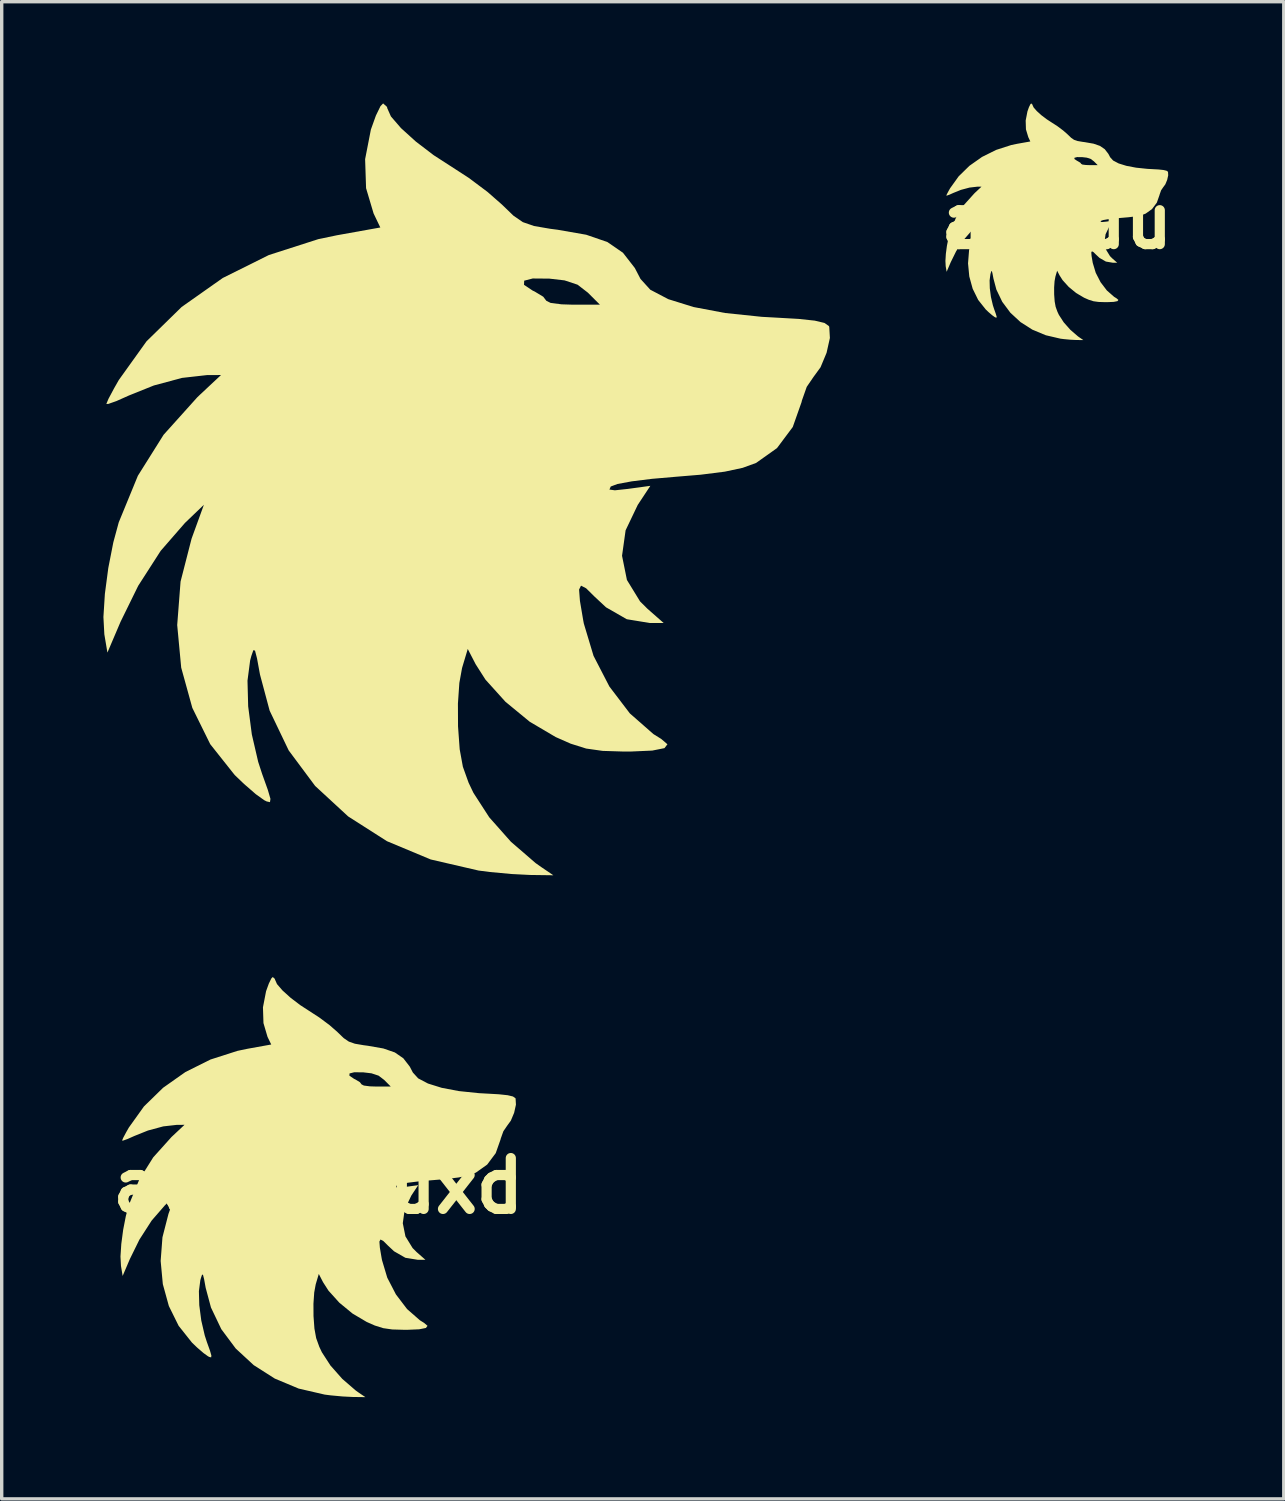
<source format=kicad_pcb>
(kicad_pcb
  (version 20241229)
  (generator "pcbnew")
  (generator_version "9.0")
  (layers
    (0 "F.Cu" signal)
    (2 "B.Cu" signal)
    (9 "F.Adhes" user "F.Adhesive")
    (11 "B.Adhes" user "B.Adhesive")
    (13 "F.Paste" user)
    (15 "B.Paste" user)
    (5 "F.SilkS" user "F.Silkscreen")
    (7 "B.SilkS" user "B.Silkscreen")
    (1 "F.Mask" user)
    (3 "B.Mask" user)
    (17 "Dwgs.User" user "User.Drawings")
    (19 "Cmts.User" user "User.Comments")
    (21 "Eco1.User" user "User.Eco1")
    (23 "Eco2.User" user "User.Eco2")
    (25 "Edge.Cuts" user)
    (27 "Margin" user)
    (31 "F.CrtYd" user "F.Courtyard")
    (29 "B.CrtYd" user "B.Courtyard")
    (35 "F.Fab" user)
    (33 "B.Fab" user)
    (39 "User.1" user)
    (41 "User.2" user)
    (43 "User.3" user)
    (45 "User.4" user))
  (footprint "55x55"
    (layer "F.Cu")
    (at 10.715 11.32)
    (property "Reference" "55x55" (at 0 0 0) (layer "F.SilkS") (effects (font (size 1.5 1.5) (thickness 0.3))))
    (attr board_only exclude_from_pos_files exclude_from_bom)
    (fp_poly (pts (xy -2.349 -11.215) (xy -2.347 -11.186) (xy -2.236 -10.936) (xy -1.938 -10.591) (xy -1.501 -10.195) (xy -0.976 -9.794) (xy -0.499 -9.486) (xy 0.061 -9.123) (xy 0.61 -8.712) (xy 1.036 -8.339) (xy 1.06 -8.316) (xy 1.378 -8.009) (xy 1.654 -7.819) (xy 1.983 -7.705) (xy 2.46 -7.623) (xy 2.682 -7.594) (xy 3.524 -7.447) (xy 4.148 -7.232) (xy 4.607 -6.916) (xy 4.957 -6.466) (xy 5.125 -6.143) (xy 5.413 -5.826) (xy 5.944 -5.547) (xy 6.69 -5.315) (xy 7.62 -5.139) (xy 8.704 -5.026) (xy 9.068 -5.006) (xy 9.784 -4.965) (xy 10.263 -4.914) (xy 10.549 -4.846) (xy 10.679 -4.755) (xy 10.691 -4.731) (xy 10.71 -4.402) (xy 10.612 -3.965) (xy 10.434 -3.538) (xy 10.229 -3.257) (xy 10.027 -2.961) (xy 9.884 -2.556) (xy 9.874 -2.51) (xy 9.615 -1.777) (xy 9.15 -1.155) (xy 8.535 -0.718) (xy 8.533 -0.717) (xy 8.138 -0.573) (xy 7.61 -0.46) (xy 6.898 -0.37) (xy 6.174 -0.31) (xy 5.459 -0.248) (xy 4.865 -0.174) (xy 4.444 -0.096) (xy 4.247 -0.022) (xy 4.208 0.068) (xy 4.369 0.09) (xy 4.749 0.049) (xy 5.415 -0.042) (xy 5.043 0.521) (xy 4.685 1.27) (xy 4.58 2.021) (xy 4.724 2.734) (xy 5.112 3.367) (xy 5.328 3.582) (xy 5.807 4.003) (xy 5.397 4.003) (xy 4.72 3.892) (xy 4.108 3.541) (xy 3.773 3.229) (xy 3.521 2.98) (xy 3.37 2.902) (xy 3.313 3.017) (xy 3.338 3.349) (xy 3.435 3.924) (xy 3.453 4.019) (xy 3.739 4.971) (xy 4.207 5.877) (xy 4.811 6.67) (xy 5.505 7.279) (xy 5.735 7.422) (xy 5.919 7.58) (xy 5.831 7.694) (xy 5.47 7.766) (xy 4.836 7.794) (xy 4.647 7.795) (xy 4.008 7.775) (xy 3.522 7.706) (xy 3.065 7.562) (xy 2.623 7.367) (xy 1.857 6.915) (xy 1.14 6.325) (xy 0.552 5.673) (xy 0.262 5.218) (xy 0.03 4.769) (xy -0.138 5.33) (xy -0.218 5.771) (xy -0.26 6.379) (xy -0.257 7.049) (xy -0.257 7.052) (xy -0.208 7.728) (xy -0.114 8.243) (xy 0.054 8.712) (xy 0.197 9.012) (xy 0.663 9.733) (xy 1.302 10.454) (xy 2.03 11.083) (xy 2.209 11.209) (xy 2.554 11.443) (xy 1.864 11.434) (xy 1.317 11.406) (xy 0.684 11.347) (xy 0.349 11.304) (xy -1.063 10.977) (xy -2.353 10.438) (xy -3.497 9.708) (xy -4.471 8.809) (xy -5.251 7.761) (xy -5.813 6.588) (xy -6.098 5.522) (xy -6.185 5.048) (xy -6.244 4.818) (xy -6.293 4.804) (xy -6.353 4.977) (xy -6.388 5.108) (xy -6.466 5.704) (xy -6.446 6.462) (xy -6.338 7.29) (xy -6.151 8.097) (xy -6.036 8.45) (xy -5.866 8.926) (xy -5.789 9.19) (xy -5.803 9.287) (xy -5.902 9.265) (xy -5.973 9.229) (xy -6.219 9.053) (xy -6.567 8.751) (xy -6.843 8.487) (xy -7.565 7.577) (xy -8.093 6.506) (xy -8.421 5.32) (xy -8.539 4.064) (xy -8.44 2.782) (xy -8.116 1.519) (xy -8.097 1.466) (xy -7.752 0.517) (xy -8.31 1.052) (xy -9.026 1.875) (xy -9.689 2.906) (xy -10.208 3.964) (xy -10.597 4.876) (xy -10.688 4.336) (xy -10.715 3.827) (xy -10.672 3.144) (xy -10.571 2.38) (xy -10.423 1.625) (xy -10.263 1.035) (xy -9.699 -0.339) (xy -8.94 -1.548) (xy -7.948 -2.652) (xy -7.872 -2.725) (xy -7.247 -3.31) (xy -7.661 -3.308) (xy -8.396 -3.225) (xy -9.227 -3.002) (xy -9.963 -2.706) (xy -10.331 -2.542) (xy -10.573 -2.457) (xy -10.629 -2.458) (xy -10.566 -2.608) (xy -10.402 -2.915) (xy -10.261 -3.163) (xy -9.443 -4.305) (xy -8.408 -5.317) (xy -7.482 -5.97) (xy 1.689 -5.97) (xy 1.944 -5.8) (xy 2.002 -5.773) (xy 2.255 -5.62) (xy 2.347 -5.5) (xy 2.472 -5.437) (xy 2.796 -5.395) (xy 3.137 -5.384) (xy 3.928 -5.384) (xy 3.57 -5.741) (xy 3.268 -5.974) (xy 2.885 -6.101) (xy 2.435 -6.153) (xy 1.946 -6.157) (xy 1.694 -6.092) (xy 1.689 -5.97) (xy -7.482 -5.97) (xy -7.193 -6.173) (xy -5.837 -6.848) (xy -4.378 -7.317) (xy -3.832 -7.431) (xy -2.549 -7.661) (xy -2.747 -8.074) (xy -2.969 -8.82) (xy -2.997 -9.676) (xy -2.827 -10.549) (xy -2.679 -10.962) (xy -2.543 -11.241) (xy -2.466 -11.32)) (stroke (width 0) (type solid)) (fill yes) (layer "F.SilkS")))
  (footprint "auuuuuuxd"
    (layer "F.Cu")
    (at 6.336 31.925)
    (property "Reference" "auuuuuuxd" (at 0 0 0) (layer "F.SilkS") (effects (font (size 1.5 1.5) (thickness 0.3))))
    (attr board_only exclude_from_pos_files exclude_from_bom)
    (fp_poly (pts (xy -1.279 -6.105) (xy -1.278 -6.09) (xy -1.217 -5.953) (xy -1.055 -5.765) (xy -0.817 -5.55) (xy -0.531 -5.332) (xy -0.272 -5.164) (xy 0.033 -4.966) (xy 0.332 -4.743) (xy 0.564 -4.54) (xy 0.577 -4.527) (xy 0.75 -4.36) (xy 0.901 -4.257) (xy 1.08 -4.194) (xy 1.339 -4.15) (xy 1.46 -4.134) (xy 1.919 -4.054) (xy 2.258 -3.937) (xy 2.508 -3.765) (xy 2.698 -3.52) (xy 2.79 -3.344) (xy 2.947 -3.172) (xy 3.236 -3.02) (xy 3.642 -2.893) (xy 4.148 -2.797) (xy 4.738 -2.736) (xy 4.936 -2.725) (xy 5.326 -2.703) (xy 5.587 -2.675) (xy 5.742 -2.638) (xy 5.814 -2.588) (xy 5.82 -2.575) (xy 5.83 -2.396) (xy 5.777 -2.158) (xy 5.68 -1.926) (xy 5.569 -1.773) (xy 5.459 -1.612) (xy 5.38 -1.391) (xy 5.375 -1.367) (xy 5.234 -0.967) (xy 4.981 -0.629) (xy 4.646 -0.391) (xy 4.645 -0.391) (xy 4.43 -0.312) (xy 4.143 -0.25) (xy 3.755 -0.202) (xy 3.361 -0.169) (xy 2.972 -0.135) (xy 2.649 -0.095) (xy 2.419 -0.052) (xy 2.312 -0.012) (xy 2.291 0.037) (xy 2.378 0.049) (xy 2.585 0.027) (xy 2.948 -0.023) (xy 2.745 0.284) (xy 2.55 0.691) (xy 2.493 1.1) (xy 2.571 1.488) (xy 2.783 1.833) (xy 2.9 1.95) (xy 3.161 2.179) (xy 2.938 2.179) (xy 2.569 2.119) (xy 2.236 1.928) (xy 2.054 1.758) (xy 1.917 1.622) (xy 1.835 1.58) (xy 1.803 1.642) (xy 1.817 1.823) (xy 1.87 2.136) (xy 1.88 2.188) (xy 2.035 2.706) (xy 2.29 3.199) (xy 2.619 3.631) (xy 2.997 3.962) (xy 3.122 4.04) (xy 3.222 4.126) (xy 3.174 4.189) (xy 2.978 4.228) (xy 2.633 4.243) (xy 2.53 4.243) (xy 2.182 4.233) (xy 1.917 4.195) (xy 1.668 4.117) (xy 1.428 4.011) (xy 1.011 3.764) (xy 0.621 3.443) (xy 0.301 3.088) (xy 0.142 2.84) (xy 0.016 2.596) (xy -0.075 2.902) (xy -0.119 3.141) (xy -0.142 3.473) (xy -0.14 3.837) (xy -0.14 3.839) (xy -0.113 4.207) (xy -0.062 4.487) (xy 0.03 4.743) (xy 0.107 4.906) (xy 0.361 5.298) (xy 0.709 5.691) (xy 1.105 6.033) (xy 1.202 6.102) (xy 1.39 6.229) (xy 1.014 6.224) (xy 0.717 6.209) (xy 0.372 6.177) (xy 0.19 6.154) (xy -0.579 5.976) (xy -1.281 5.682) (xy -1.904 5.285) (xy -2.434 4.795) (xy -2.859 4.225) (xy -3.164 3.586) (xy -3.32 3.006) (xy -3.367 2.748) (xy -3.399 2.623) (xy -3.426 2.615) (xy -3.458 2.709) (xy -3.478 2.78) (xy -3.52 3.105) (xy -3.509 3.518) (xy -3.45 3.969) (xy -3.348 4.408) (xy -3.286 4.6) (xy -3.193 4.859) (xy -3.152 5.003) (xy -3.159 5.056) (xy -3.213 5.044) (xy -3.252 5.024) (xy -3.385 4.928) (xy -3.575 4.764) (xy -3.725 4.62) (xy -4.118 4.125) (xy -4.406 3.542) (xy -4.584 2.896) (xy -4.648 2.212) (xy -4.595 1.515) (xy -4.418 0.827) (xy -4.408 0.798) (xy -4.22 0.282) (xy -4.524 0.573) (xy -4.913 1.021) (xy -5.274 1.582) (xy -5.557 2.158) (xy -5.769 2.655) (xy -5.818 2.361) (xy -5.833 2.083) (xy -5.809 1.712) (xy -5.754 1.296) (xy -5.674 0.885) (xy -5.587 0.564) (xy -5.28 -0.184) (xy -4.867 -0.843) (xy -4.327 -1.444) (xy -4.285 -1.483) (xy -3.945 -1.802) (xy -4.171 -1.801) (xy -4.571 -1.756) (xy -5.023 -1.634) (xy -5.424 -1.473) (xy -5.624 -1.384) (xy -5.756 -1.337) (xy -5.786 -1.338) (xy -5.752 -1.42) (xy -5.663 -1.587) (xy -5.586 -1.722) (xy -5.141 -2.344) (xy -4.577 -2.894) (xy -4.073 -3.25) (xy 0.919 -3.25) (xy 1.058 -3.157) (xy 1.09 -3.143) (xy 1.228 -3.059) (xy 1.278 -2.994) (xy 1.346 -2.96) (xy 1.522 -2.937) (xy 1.708 -2.931) (xy 2.138 -2.931) (xy 1.944 -3.126) (xy 1.779 -3.252) (xy 1.57 -3.321) (xy 1.325 -3.35) (xy 1.06 -3.352) (xy 0.922 -3.317) (xy 0.919 -3.25) (xy -4.073 -3.25) (xy -3.916 -3.36) (xy -3.178 -3.728) (xy -2.383 -3.983) (xy -2.086 -4.045) (xy -1.387 -4.171) (xy -1.496 -4.395) (xy -1.616 -4.802) (xy -1.631 -5.267) (xy -1.539 -5.743) (xy -1.458 -5.967) (xy -1.384 -6.119) (xy -1.342 -6.162)) (stroke (width 0) (type solid)) (fill yes) (layer "F.SilkS")))
  (footprint "auuuu"
    (layer "F.Cu")
    (at 28.118 3.471)
    (property "Reference" "auuuu" (at 0 0 0) (layer "F.SilkS") (effects (font (size 1.5 1.5) (thickness 0.3))))
    (attr board_only exclude_from_pos_files exclude_from_bom)
    (fp_poly (pts (xy -0.721 -3.439) (xy -0.72 -3.43) (xy -0.686 -3.354) (xy -0.594 -3.248) (xy -0.46 -3.126) (xy -0.299 -3.004) (xy -0.153 -2.909) (xy 0.019 -2.798) (xy 0.187 -2.672) (xy 0.318 -2.557) (xy 0.325 -2.55) (xy 0.423 -2.456) (xy 0.507 -2.398) (xy 0.608 -2.363) (xy 0.754 -2.338) (xy 0.822 -2.329) (xy 1.081 -2.284) (xy 1.272 -2.218) (xy 1.413 -2.121) (xy 1.52 -1.983) (xy 1.572 -1.884) (xy 1.66 -1.787) (xy 1.823 -1.701) (xy 2.052 -1.63) (xy 2.337 -1.576) (xy 2.669 -1.541) (xy 2.781 -1.535) (xy 3 -1.523) (xy 3.147 -1.507) (xy 3.235 -1.486) (xy 3.275 -1.458) (xy 3.279 -1.451) (xy 3.284 -1.35) (xy 3.254 -1.216) (xy 3.2 -1.085) (xy 3.137 -0.999) (xy 3.075 -0.908) (xy 3.031 -0.784) (xy 3.028 -0.77) (xy 2.949 -0.545) (xy 2.806 -0.354) (xy 2.617 -0.22) (xy 2.617 -0.22) (xy 2.496 -0.176) (xy 2.334 -0.141) (xy 2.115 -0.114) (xy 1.893 -0.095) (xy 1.674 -0.076) (xy 1.492 -0.053) (xy 1.363 -0.03) (xy 1.302 -0.007) (xy 1.29 0.021) (xy 1.34 0.027) (xy 1.456 0.015) (xy 1.661 -0.013) (xy 1.546 0.16) (xy 1.437 0.389) (xy 1.404 0.62) (xy 1.449 0.839) (xy 1.568 1.033) (xy 1.634 1.099) (xy 1.781 1.228) (xy 1.655 1.228) (xy 1.447 1.193) (xy 1.26 1.086) (xy 1.157 0.99) (xy 1.08 0.914) (xy 1.034 0.89) (xy 1.016 0.925) (xy 1.024 1.027) (xy 1.054 1.203) (xy 1.059 1.232) (xy 1.147 1.524) (xy 1.29 1.802) (xy 1.475 2.045) (xy 1.688 2.232) (xy 1.759 2.276) (xy 1.815 2.324) (xy 1.788 2.36) (xy 1.677 2.382) (xy 1.483 2.39) (xy 1.425 2.39) (xy 1.229 2.384) (xy 1.08 2.363) (xy 0.94 2.319) (xy 0.804 2.259) (xy 0.57 2.121) (xy 0.35 1.94) (xy 0.169 1.74) (xy 0.08 1.6) (xy 0.009 1.463) (xy -0.042 1.635) (xy -0.067 1.77) (xy -0.08 1.956) (xy -0.079 2.162) (xy -0.079 2.163) (xy -0.064 2.37) (xy -0.035 2.528) (xy 0.017 2.672) (xy 0.06 2.764) (xy 0.203 2.985) (xy 0.399 3.206) (xy 0.623 3.399) (xy 0.677 3.437) (xy 0.783 3.509) (xy 0.572 3.506) (xy 0.404 3.498) (xy 0.21 3.48) (xy 0.107 3.467) (xy -0.326 3.366) (xy -0.722 3.201) (xy -1.073 2.977) (xy -1.371 2.701) (xy -1.61 2.38) (xy -1.783 2.02) (xy -1.87 1.693) (xy -1.897 1.548) (xy -1.915 1.478) (xy -1.93 1.473) (xy -1.948 1.526) (xy -1.959 1.566) (xy -1.983 1.749) (xy -1.977 1.982) (xy -1.944 2.236) (xy -1.886 2.483) (xy -1.851 2.591) (xy -1.799 2.737) (xy -1.775 2.818) (xy -1.779 2.848) (xy -1.81 2.841) (xy -1.832 2.83) (xy -1.907 2.776) (xy -2.014 2.684) (xy -2.099 2.603) (xy -2.32 2.324) (xy -2.482 1.995) (xy -2.582 1.632) (xy -2.619 1.246) (xy -2.588 0.853) (xy -2.489 0.466) (xy -2.483 0.45) (xy -2.377 0.159) (xy -2.548 0.323) (xy -2.768 0.575) (xy -2.971 0.891) (xy -3.131 1.216) (xy -3.25 1.495) (xy -3.278 1.33) (xy -3.286 1.174) (xy -3.273 0.964) (xy -3.242 0.73) (xy -3.196 0.498) (xy -3.147 0.318) (xy -2.974 -0.104) (xy -2.742 -0.475) (xy -2.437 -0.813) (xy -2.414 -0.836) (xy -2.223 -1.015) (xy -2.349 -1.015) (xy -2.575 -0.989) (xy -2.83 -0.921) (xy -3.055 -0.83) (xy -3.168 -0.779) (xy -3.242 -0.753) (xy -3.26 -0.754) (xy -3.24 -0.8) (xy -3.19 -0.894) (xy -3.147 -0.97) (xy -2.896 -1.32) (xy -2.578 -1.631) (xy -2.294 -1.831) (xy 0.518 -1.831) (xy 0.596 -1.779) (xy 0.614 -1.77) (xy 0.692 -1.723) (xy 0.72 -1.687) (xy 0.758 -1.667) (xy 0.857 -1.655) (xy 0.962 -1.651) (xy 1.205 -1.651) (xy 1.095 -1.761) (xy 1.002 -1.832) (xy 0.885 -1.871) (xy 0.747 -1.887) (xy 0.597 -1.888) (xy 0.519 -1.868) (xy 0.518 -1.831) (xy -2.294 -1.831) (xy -2.206 -1.893) (xy -1.79 -2.1) (xy -1.343 -2.244) (xy -1.175 -2.279) (xy -0.782 -2.349) (xy -0.842 -2.476) (xy -0.911 -2.705) (xy -0.919 -2.967) (xy -0.867 -3.235) (xy -0.822 -3.362) (xy -0.78 -3.447) (xy -0.756 -3.471)) (stroke (width 0) (type solid)) (fill yes) (layer "F.SilkS")))
  (gr_rect
    (start -3 -3)
    (end 34.811 41.154)
    (stroke (width 0.1) (type default))
    (fill no)
    (layer "Edge.Cuts")))
</source>
